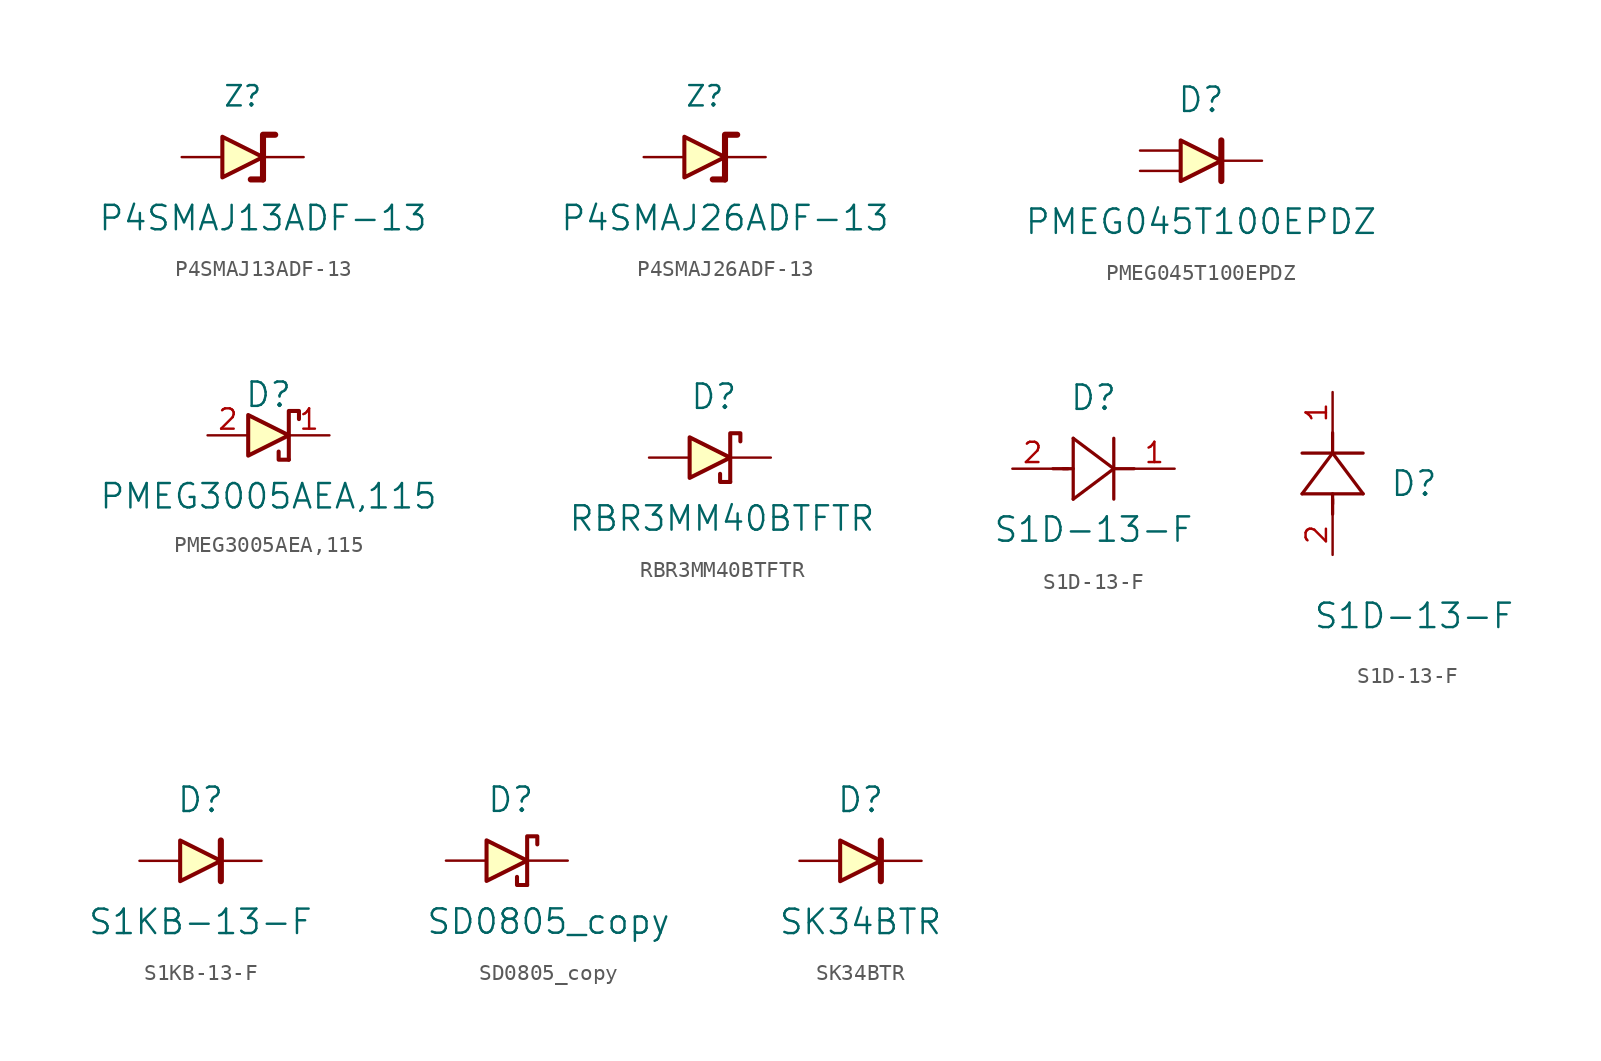
<source format=kicad_sym>
(kicad_symbol_lib
  (version 20220914)
  (generator kicad_symbol_editor)
  (symbol "P4SMAJ13ADF-13"
    (pin_numbers hide)
    (pin_names
      (offset 0) hide)
    (property "Reference" "Z"
      (at -1.27 3.81 0)
      (effects (font (size 1.27 1.27))))
    (property "Value" "P4SMAJ13ADF-13"
      (at 0 -3.81 0)
      (effects (font (size 1.524 1.524))))
    (symbol "P4SMAJ13ADF-13_0_1"
      (polyline (pts (xy 0 -1.397) (xy -0.762 -1.397)) (stroke (width 0.381) (type default)) (fill (type none)))
      (polyline (pts (xy 0 -1.397) (xy 0 1.397) (xy 0.762 1.397)) (stroke (width 0.381) (type default)) (fill (type none)))
      (polyline (pts (xy -2.54 1.27) (xy -2.54 -1.27) (xy 0 0) (xy -2.54 1.27)) (stroke (width 0.254) (type default)) (fill (type background))))
    (symbol "P4SMAJ13ADF-13_1_1"
      (pin input line (at 2.54 0 180) (length 2.54) (name "Cathode" (effects (font (size 1.27 1.27)))) (number "1" (effects (font (size 1.27 1.27)))))
      (pin input line (at -5.08 0 0) (length 2.54) (name "Anode" (effects (font (size 1.27 1.27)))) (number "2" (effects (font (size 1.27 1.27)))))))
  (symbol "P4SMAJ26ADF-13"
    (pin_numbers hide)
    (pin_names
      (offset 0) hide)
    (property "Reference" "Z"
      (at -1.27 3.81 0)
      (effects (font (size 1.27 1.27))))
    (property "Value" "P4SMAJ26ADF-13"
      (at 0 -3.81 0)
      (effects (font (size 1.524 1.524))))
    (symbol "P4SMAJ26ADF-13_0_1"
      (polyline (pts (xy 0 -1.397) (xy -0.762 -1.397)) (stroke (width 0.381) (type default)) (fill (type none)))
      (polyline (pts (xy 0 -1.397) (xy 0 1.397) (xy 0.762 1.397)) (stroke (width 0.381) (type default)) (fill (type none)))
      (polyline (pts (xy -2.54 1.27) (xy -2.54 -1.27) (xy 0 0) (xy -2.54 1.27)) (stroke (width 0.254) (type default)) (fill (type background))))
    (symbol "P4SMAJ26ADF-13_1_1"
      (pin input line (at 2.54 0 180) (length 2.54) (name "Cathode" (effects (font (size 1.27 1.27)))) (number "1" (effects (font (size 1.27 1.27)))))
      (pin input line (at -5.08 0 0) (length 2.54) (name "Anode" (effects (font (size 1.27 1.27)))) (number "2" (effects (font (size 1.27 1.27)))))))
  (symbol "PMEG045T100EPDZ"
    (pin_numbers hide)
    (pin_names
      (offset 0) hide)
    (property "Reference" "D"
      (at -1.27 3.81 0)
      (effects (font (size 1.524 1.524))))
    (property "Value" "PMEG045T100EPDZ"
      (at -1.27 -3.81 0)
      (effects (font (size 1.524 1.524))))
    (symbol "PMEG045T100EPDZ_0_1"
      (polyline (pts (xy 0 -1.27) (xy 0 1.27)) (stroke (width 0.381) (type default)) (fill (type none)))
      (polyline (pts (xy -2.54 1.27) (xy -2.54 -1.27) (xy 0 0) (xy -2.54 1.27)) (stroke (width 0.254) (type default)) (fill (type background))))
    (symbol "PMEG045T100EPDZ_1_1"
      (pin passive line (at 2.54 0 180) (length 2.54) (name "Cathode" (effects (font (size 1.27 1.27)))) (number "1" (effects (font (size 1.27 1.27)))))
      (pin passive line (at -5.08 -0.635 0) (length 2.54) (name "Anode" (effects (font (size 1.27 1.27)))) (number "2" (effects (font (size 1.27 1.27)))))
      (pin passive line (at -5.08 0.635 0) (length 2.54) (name "Anode" (effects (font (size 1.27 1.27)))) (number "2" (effects (font (size 1.27 1.27)))))))
  (symbol "PMEG3005AEA,115"
    (pin_names
      (offset 1.016) hide)
    (property "Reference" "D"
      (at 0 0 0)
      (effects (font (size 1.524 1.524))))
    (property "Value" "PMEG3005AEA,115"
      (at 0 -6.35 0)
      (effects (font (size 1.524 1.524))))
    (symbol "PMEG3005AEA,115_1_1"
      (polyline (pts (xy 1.27 -4.064) (xy 0.635 -4.064) (xy 0.635 -3.556)) (stroke (width 0.254) (type default)) (fill (type none)))
      (polyline (pts (xy -1.27 -1.27) (xy -1.27 -3.81) (xy 1.27 -2.54) (xy -1.27 -1.27)) (stroke (width 0.254) (type default)) (fill (type background)))
      (polyline (pts (xy 1.27 -4.064) (xy 1.27 -1.016) (xy 1.905 -1.016) (xy 1.905 -1.524)) (stroke (width 0.254) (type default)) (fill (type none)))
      (pin input line (at 3.81 -2.54 180) (length 2.54) (name "Cathode" (effects (font (size 1.27 1.27)))) (number "1" (effects (font (size 1.27 1.27)))))
      (pin input line (at -3.81 -2.54 0) (length 2.54) (name "Anode" (effects (font (size 1.27 1.27)))) (number "2" (effects (font (size 1.27 1.27)))))))
  (symbol "RBR3MM40BTFTR"
    (pin_numbers hide)
    (pin_names
      (offset 0) hide)
    (property "Reference" "D"
      (at -1.27 3.81 0)
      (effects (font (size 1.524 1.524)) (justify left)))
    (property "Value" "RBR3MM40BTFTR"
      (at -8.89 -3.81 0)
      (effects (font (size 1.524 1.524)) (justify left)))
    (symbol "RBR3MM40BTFTR_0_1"
      (polyline (pts (xy 1.27 -1.524) (xy 0.635 -1.524) (xy 0.635 -1.016)) (stroke (width 0.254) (type default)) (fill (type none)))
      (polyline (pts (xy -1.27 1.27) (xy -1.27 -1.27) (xy 1.27 0) (xy -1.27 1.27)) (stroke (width 0.254) (type default)) (fill (type background)))
      (polyline (pts (xy 1.27 -1.524) (xy 1.27 1.524) (xy 1.905 1.524) (xy 1.905 1.016)) (stroke (width 0.254) (type default)) (fill (type none))))
    (symbol "RBR3MM40BTFTR_1_1"
      (pin input line (at 3.81 0 180) (length 2.54) (name "Cathode" (effects (font (size 1.27 1.27)))) (number "1" (effects (font (size 1.27 1.27)))))
      (pin input line (at -3.81 0 0) (length 2.54) (name "Anode" (effects (font (size 1.27 1.27)))) (number "2" (effects (font (size 1.27 1.27)))))))
  (symbol "S1D-13-F"
    (pin_names
      (offset 0.254))
    (property "Reference" "D"
      (at 5.08 4.445 0)
      (effects (font (size 1.524 1.524))))
    (property "Value" "S1D-13-F"
      (at 5.08 -3.81 0)
      (effects (font (size 1.524 1.524))))
    (symbol "S1D-13-F_1_1"
      (polyline (pts (xy 2.54 0) (xy 3.48 0)) (stroke (width 0.203) (type default)) (fill (type none)))
      (polyline (pts (xy 3.175 0) (xy 3.81 0)) (stroke (width 0.203) (type default)) (fill (type none)))
      (polyline (pts (xy 3.81 -1.905) (xy 6.35 0)) (stroke (width 0.203) (type default)) (fill (type none)))
      (polyline (pts (xy 3.81 1.905) (xy 3.81 -1.905)) (stroke (width 0.203) (type default)) (fill (type none)))
      (polyline (pts (xy 6.35 -1.905) (xy 6.35 1.905)) (stroke (width 0.203) (type default)) (fill (type none)))
      (polyline (pts (xy 6.35 0) (xy 3.81 1.905)) (stroke (width 0.203) (type default)) (fill (type none)))
      (polyline (pts (xy 6.35 0) (xy 7.62 0)) (stroke (width 0.203) (type default)) (fill (type none)))
      (pin unspecified line (at 10.16 0 180) (length 2.54) (name "" (effects (font (size 1.27 1.27)))) (number "1" (effects (font (size 1.27 1.27)))))
      (pin unspecified line (at 0 0 0) (length 2.54) (name "" (effects (font (size 1.27 1.27)))) (number "2" (effects (font (size 1.27 1.27))))))
    (symbol "S1D-13-F_1_2"
      (polyline (pts (xy -1.905 3.81) (xy 1.905 3.81)) (stroke (width 0.203) (type default)) (fill (type none)))
      (polyline (pts (xy 0 2.54) (xy 0 3.48)) (stroke (width 0.203) (type default)) (fill (type none)))
      (polyline (pts (xy 0 3.175) (xy 0 3.81)) (stroke (width 0.203) (type default)) (fill (type none)))
      (polyline (pts (xy 0 6.35) (xy -1.905 3.81)) (stroke (width 0.203) (type default)) (fill (type none)))
      (polyline (pts (xy 0 6.35) (xy 0 7.62)) (stroke (width 0.203) (type default)) (fill (type none)))
      (polyline (pts (xy 1.905 3.81) (xy 0 6.35)) (stroke (width 0.203) (type default)) (fill (type none)))
      (polyline (pts (xy 1.905 6.35) (xy -1.905 6.35)) (stroke (width 0.203) (type default)) (fill (type none)))
      (pin unspecified line (at 0 10.16 270) (length 2.54) (name "" (effects (font (size 1.27 1.27)))) (number "1" (effects (font (size 1.27 1.27)))))
      (pin unspecified line (at 0 0 90) (length 2.54) (name "" (effects (font (size 1.27 1.27)))) (number "2" (effects (font (size 1.27 1.27)))))))
  (symbol "S1KB-13-F"
    (pin_numbers hide)
    (pin_names
      (offset 0) hide)
    (property "Reference" "D"
      (at -1.27 3.81 0)
      (effects (font (size 1.524 1.524))))
    (property "Value" "S1KB-13-F"
      (at -1.27 -3.81 0)
      (effects (font (size 1.524 1.524))))
    (symbol "S1KB-13-F_0_1"
      (polyline (pts (xy 0 -1.27) (xy 0 1.27)) (stroke (width 0.381) (type default)) (fill (type none)))
      (polyline (pts (xy -2.54 1.27) (xy -2.54 -1.27) (xy 0 0) (xy -2.54 1.27)) (stroke (width 0.254) (type default)) (fill (type background))))
    (symbol "S1KB-13-F_1_1"
      (pin input line (at 2.54 0 180) (length 2.54) (name "Cathode" (effects (font (size 1.27 1.27)))) (number "1" (effects (font (size 1.27 1.27)))))
      (pin input line (at -5.08 0 0) (length 2.54) (name "Anode" (effects (font (size 1.27 1.27)))) (number "2" (effects (font (size 1.27 1.27)))))))
  (symbol "SD0805_copy"
    (pin_numbers hide)
    (pin_names
      (offset 0) hide)
    (property "Reference" "D"
      (at -1.27 3.81 0)
      (effects (font (size 1.524 1.524)) (justify left)))
    (property "Value" "SD0805_copy"
      (at -5.08 -3.81 0)
      (effects (font (size 1.524 1.524)) (justify left)))
    (symbol "SD0805_copy_0_1"
      (polyline (pts (xy 1.27 -1.524) (xy 0.635 -1.524) (xy 0.635 -1.016)) (stroke (width 0.254) (type default)) (fill (type none)))
      (polyline (pts (xy -1.27 1.27) (xy -1.27 -1.27) (xy 1.27 0) (xy -1.27 1.27)) (stroke (width 0.254) (type default)) (fill (type background)))
      (polyline (pts (xy 1.27 -1.524) (xy 1.27 1.524) (xy 1.905 1.524) (xy 1.905 1.016)) (stroke (width 0.254) (type default)) (fill (type none))))
    (symbol "SD0805_copy_1_1"
      (pin input line (at 3.81 0 180) (length 2.54) (name "Cathode" (effects (font (size 1.27 1.27)))) (number "1" (effects (font (size 1.27 1.27)))))
      (pin input line (at -3.81 0 0) (length 2.54) (name "Anode" (effects (font (size 1.27 1.27)))) (number "2" (effects (font (size 1.27 1.27)))))))
  (symbol "SK34BTR"
    (pin_numbers hide)
    (pin_names
      (offset 0) hide)
    (property "Reference" "D"
      (at -1.27 3.81 0)
      (effects (font (size 1.524 1.524))))
    (property "Value" "SK34BTR"
      (at -1.27 -3.81 0)
      (effects (font (size 1.524 1.524))))
    (symbol "SK34BTR_0_1"
      (polyline (pts (xy 0 -1.27) (xy 0 1.27)) (stroke (width 0.381) (type default)) (fill (type none)))
      (polyline (pts (xy -2.54 1.27) (xy -2.54 -1.27) (xy 0 0) (xy -2.54 1.27)) (stroke (width 0.254) (type default)) (fill (type background))))
    (symbol "SK34BTR_1_1"
      (pin passive line (at 2.54 0 180) (length 2.54) (name "Cathode" (effects (font (size 1.27 1.27)))) (number "1" (effects (font (size 1.27 1.27)))))
      (pin passive line (at -5.08 0 0) (length 2.54) (name "Anode" (effects (font (size 1.27 1.27)))) (number "2" (effects (font (size 1.27 1.27))))))))
</source>
